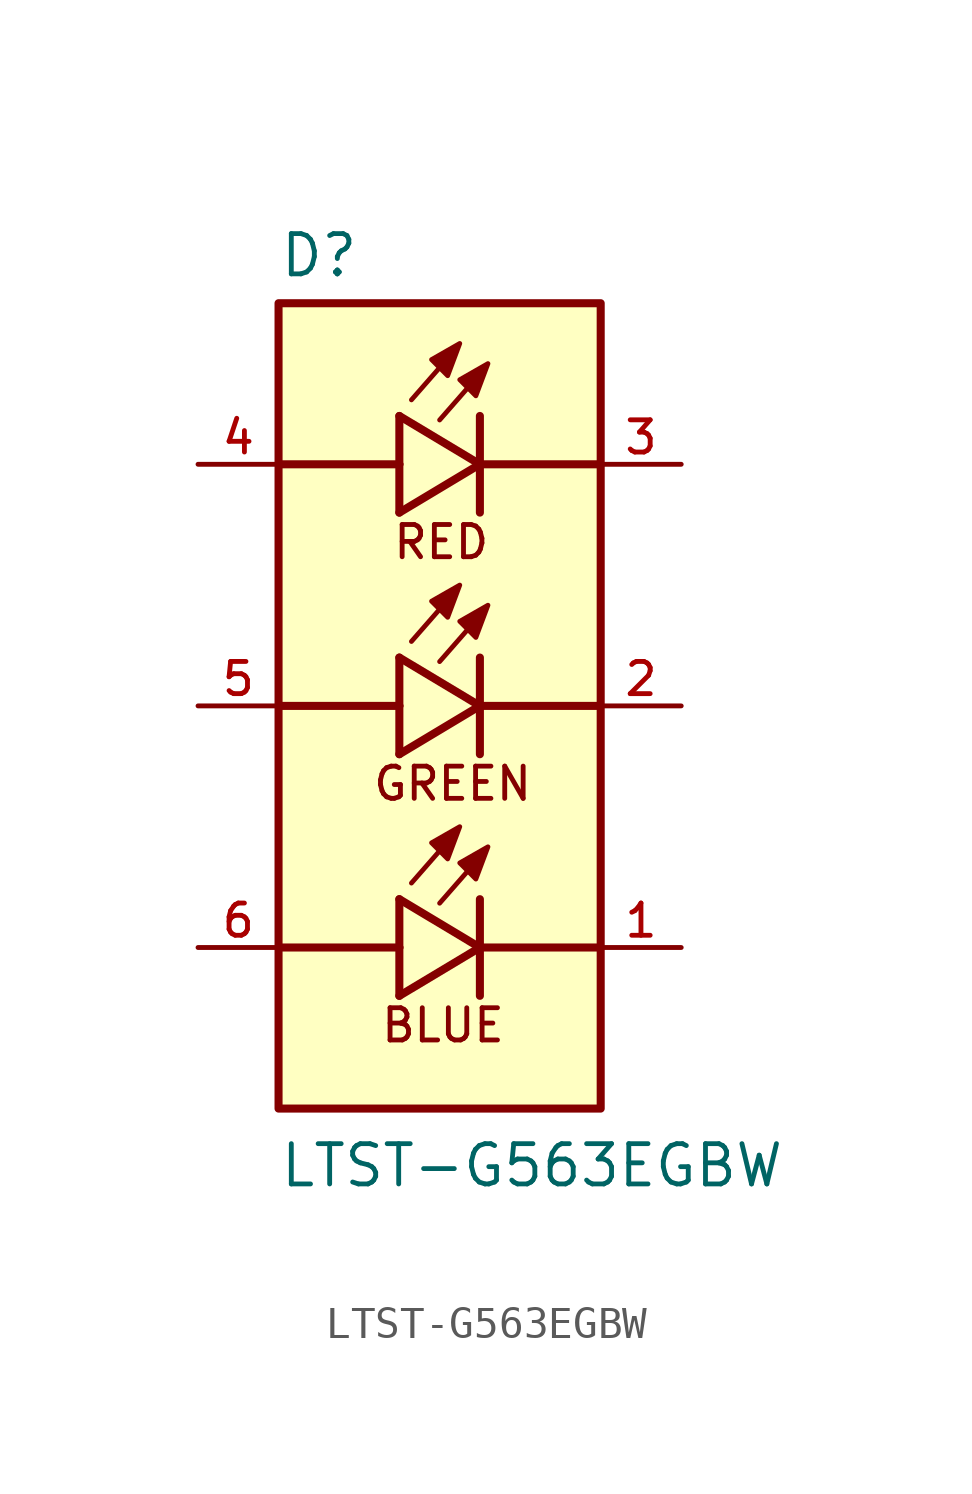
<source format=kicad_sym>
(kicad_symbol_lib
  (version 20211014)
  (generator kicad_symbol_editor)
  (symbol "LTST-G563EGBW"
    (pin_names
      (offset 1.016))
    (property "Reference" "D"
      (at -5.08 13.462 0)
      (effects (font (size 1.27 1.27)) (justify bottom left)))
    (property "Value" "LTST-G563EGBW"
      (at -5.08 -15.24 0)
      (effects (font (size 1.27 1.27)) (justify bottom left)))
    (symbol "LTST-G563EGBW_0_0"
      (polyline (pts (xy -1.27 9.144) (xy -1.27 7.62)) (stroke (width 0.254)))
      (polyline (pts (xy -1.27 7.62) (xy -1.27 6.096)) (stroke (width 0.254)))
      (polyline (pts (xy -1.27 6.096) (xy 1.27 7.62)) (stroke (width 0.254)))
      (polyline (pts (xy 1.27 7.62) (xy -1.27 9.144)) (stroke (width 0.254)))
      (polyline (pts (xy 1.27 9.144) (xy 1.27 7.62)) (stroke (width 0.254)))
      (polyline (pts (xy 1.27 7.62) (xy 1.27 6.096)) (stroke (width 0.254)))
      (polyline (pts (xy -1.27 1.524) (xy -1.27 0.0)) (stroke (width 0.254)))
      (polyline (pts (xy -1.27 0.0) (xy -1.27 -1.524)) (stroke (width 0.254)))
      (polyline (pts (xy -1.27 -1.524) (xy 1.27 0.0)) (stroke (width 0.254)))
      (polyline (pts (xy 1.27 0.0) (xy -1.27 1.524)) (stroke (width 0.254)))
      (polyline (pts (xy 1.27 1.524) (xy 1.27 0.0)) (stroke (width 0.254)))
      (polyline (pts (xy 1.27 0.0) (xy 1.27 -1.524)) (stroke (width 0.254)))
      (polyline (pts (xy -1.27 -6.096) (xy -1.27 -7.62)) (stroke (width 0.254)))
      (polyline (pts (xy -1.27 -7.62) (xy -1.27 -9.144)) (stroke (width 0.254)))
      (polyline (pts (xy -1.27 -9.144) (xy 1.27 -7.62)) (stroke (width 0.254)))
      (polyline (pts (xy 1.27 -7.62) (xy -1.27 -6.096)) (stroke (width 0.254)))
      (polyline (pts (xy 1.27 -6.096) (xy 1.27 -7.62)) (stroke (width 0.254)))
      (text "RED" (at -1.524 4.572 0) (effects (font (size 1.016 1.016)) (justify bottom left)))
      (text "GREEN" (at -2.159 -3.048 0) (effects (font (size 1.016 1.016)) (justify bottom left)))
      (text "BLUE" (at -1.905 -10.668 0) (effects (font (size 1.016 1.016)) (justify bottom left)))
      (polyline (pts (xy 1.27 -7.62) (xy 1.27 -9.144)) (stroke (width 0.254)))
      (polyline (pts (xy 0.0 -4.572) (xy -0.889 -5.588)) (stroke (width 0.152)))
      (polyline (pts (xy -0.254 -4.318) (xy 0.254 -4.826) (xy 0.635 -3.81) (xy -0.254 -4.318)) (stroke (width 0.152)) (fill (type outline)))
      (polyline (pts (xy 0.889 -5.207) (xy 0.0 -6.223)) (stroke (width 0.152)))
      (polyline (pts (xy 0.635 -4.953) (xy 1.143 -5.461) (xy 1.524 -4.445) (xy 0.635 -4.953)) (stroke (width 0.152)) (fill (type outline)))
      (polyline (pts (xy 0.0 3.048) (xy -0.889 2.032)) (stroke (width 0.152)))
      (polyline (pts (xy -0.254 3.302) (xy 0.254 2.794) (xy 0.635 3.81) (xy -0.254 3.302)) (stroke (width 0.152)) (fill (type outline)))
      (polyline (pts (xy 0.889 2.413) (xy 0.0 1.397)) (stroke (width 0.152)))
      (polyline (pts (xy 0.635 2.667) (xy 1.143 2.159) (xy 1.524 3.175) (xy 0.635 2.667)) (stroke (width 0.152)) (fill (type outline)))
      (polyline (pts (xy 0.0 10.668) (xy -0.889 9.652)) (stroke (width 0.152)))
      (polyline (pts (xy -0.254 10.922) (xy 0.254 10.414) (xy 0.635 11.43) (xy -0.254 10.922)) (stroke (width 0.152)) (fill (type outline)))
      (polyline (pts (xy 0.889 10.033) (xy 0.0 9.017)) (stroke (width 0.152)))
      (polyline (pts (xy 0.635 10.287) (xy 1.143 9.779) (xy 1.524 10.795) (xy 0.635 10.287)) (stroke (width 0.152)) (fill (type outline)))
      (polyline (pts (xy -1.27 7.62) (xy -5.08 7.62)) (stroke (width 0.254)))
      (polyline (pts (xy 1.27 7.62) (xy 5.08 7.62)) (stroke (width 0.254)))
      (polyline (pts (xy -1.27 0.0) (xy -5.08 0.0)) (stroke (width 0.254)))
      (polyline (pts (xy 1.27 0.0) (xy 5.08 0.0)) (stroke (width 0.254)))
      (polyline (pts (xy -1.27 -7.62) (xy -5.08 -7.62)) (stroke (width 0.254)))
      (polyline (pts (xy 1.27 -7.62) (xy 5.08 -7.62)) (stroke (width 0.254)))
      (rectangle (start -5.08 -12.7) (end 5.08 12.7) (stroke (width 0.254)) (fill (type background)))
      (pin passive line (at 7.62 7.62 180.0) (length 2.54) (name "~" (effects (font (size 1.016 1.016)))) (number "3" (effects (font (size 1.016 1.016)))))
      (pin passive line (at -7.62 7.62 0) (length 2.54) (name "~" (effects (font (size 1.016 1.016)))) (number "4" (effects (font (size 1.016 1.016)))))
      (pin passive line (at 7.62 0.0 180.0) (length 2.54) (name "~" (effects (font (size 1.016 1.016)))) (number "2" (effects (font (size 1.016 1.016)))))
      (pin passive line (at -7.62 0.0 0) (length 2.54) (name "~" (effects (font (size 1.016 1.016)))) (number "5" (effects (font (size 1.016 1.016)))))
      (pin passive line (at 7.62 -7.62 180.0) (length 2.54) (name "~" (effects (font (size 1.016 1.016)))) (number "1" (effects (font (size 1.016 1.016)))))
      (pin passive line (at -7.62 -7.62 0) (length 2.54) (name "~" (effects (font (size 1.016 1.016)))) (number "6" (effects (font (size 1.016 1.016))))))))
</source>
